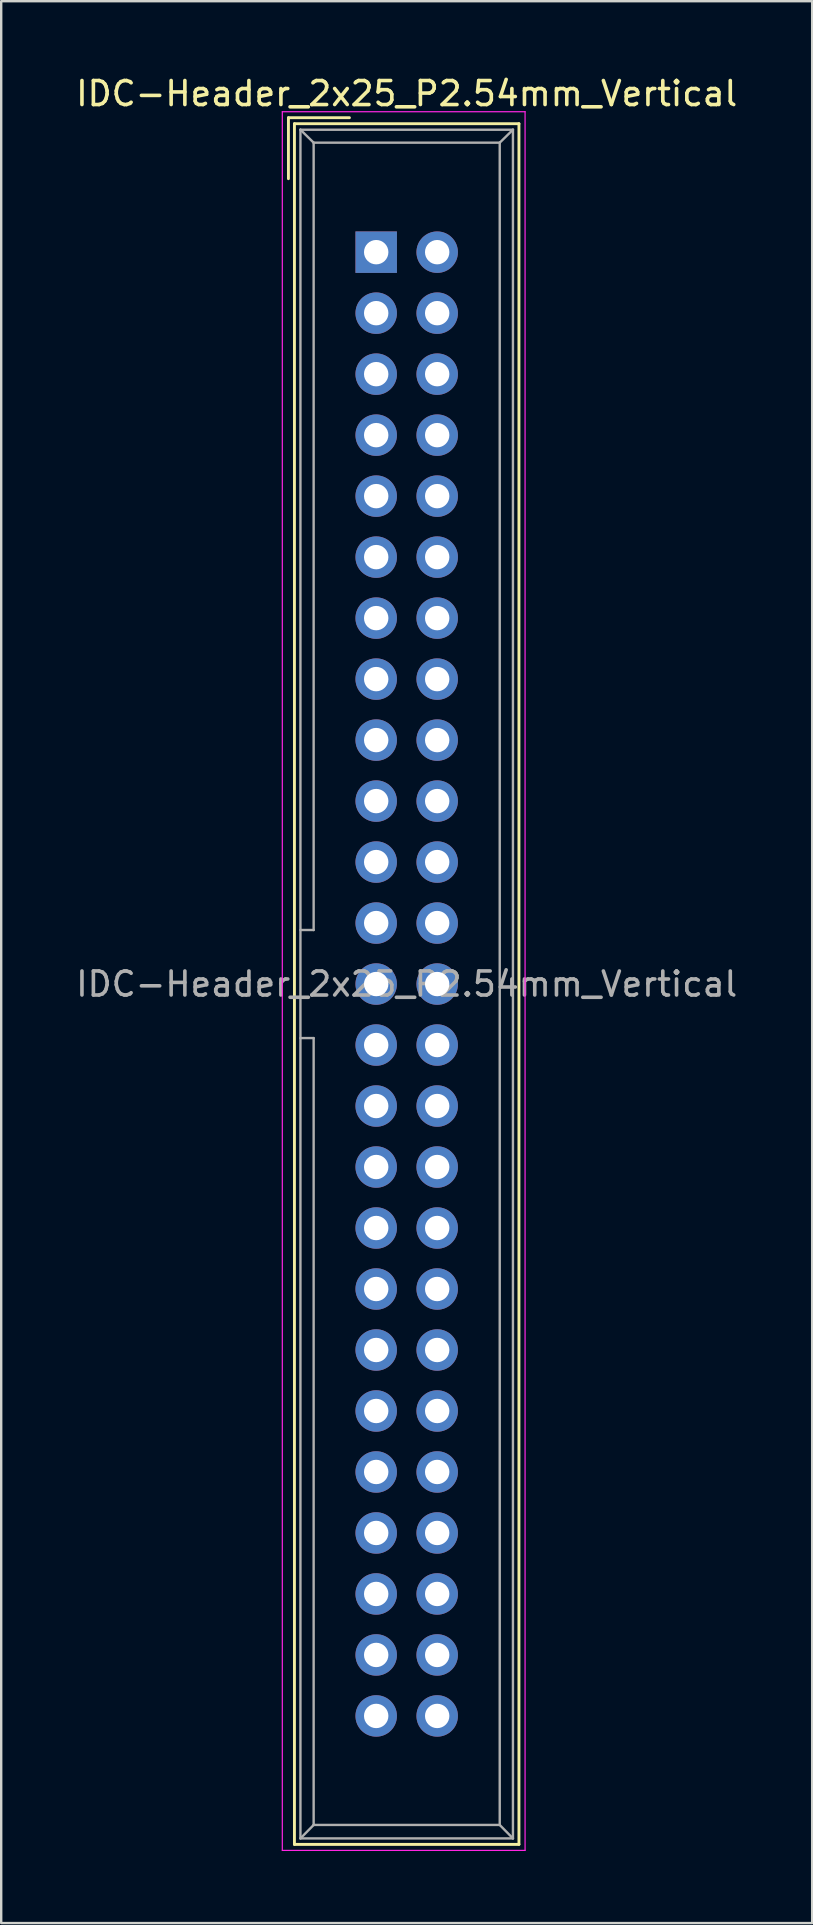
<source format=kicad_pcb>
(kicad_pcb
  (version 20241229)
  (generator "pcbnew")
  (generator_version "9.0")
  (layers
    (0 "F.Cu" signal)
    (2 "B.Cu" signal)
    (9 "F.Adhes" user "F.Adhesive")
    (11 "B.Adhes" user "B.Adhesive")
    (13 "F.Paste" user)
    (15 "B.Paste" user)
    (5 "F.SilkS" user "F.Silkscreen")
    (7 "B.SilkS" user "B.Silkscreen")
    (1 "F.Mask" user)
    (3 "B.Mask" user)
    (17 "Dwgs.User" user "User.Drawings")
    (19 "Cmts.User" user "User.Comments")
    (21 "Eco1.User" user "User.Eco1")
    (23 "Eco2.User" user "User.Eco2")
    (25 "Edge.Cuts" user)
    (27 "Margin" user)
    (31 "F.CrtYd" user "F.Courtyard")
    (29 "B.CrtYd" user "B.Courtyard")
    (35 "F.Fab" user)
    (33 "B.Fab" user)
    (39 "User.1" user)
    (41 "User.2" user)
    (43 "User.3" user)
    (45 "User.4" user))
  (footprint "IDC-Header_2x25_P2.54mm_Vertical"
    (layer "F.Cu")
    (at 12.617 7.452)
    (property "Reference" "IDC-Header_2x25_P2.54mm_Vertical" (at 1.27 -6.604 0) (layer "F.SilkS") (effects (font (size 1 1) (thickness 0.15))))
    (attr through_hole)
    (fp_line (start -3.655 -5.6) (end -3.655 -3.06) (stroke (width 0.12) (type solid)) (layer "F.SilkS"))
    (fp_line (start -3.655 -5.6) (end -1.115 -5.6) (stroke (width 0.12) (type solid)) (layer "F.SilkS"))
    (fp_line (start -3.405 -5.35) (end 5.945 -5.35) (stroke (width 0.12) (type solid)) (layer "F.SilkS"))
    (fp_line (start -3.405 66.31) (end -3.405 -5.35) (stroke (width 0.12) (type solid)) (layer "F.SilkS"))
    (fp_line (start 5.945 -5.35) (end 5.945 66.31) (stroke (width 0.12) (type solid)) (layer "F.SilkS"))
    (fp_line (start 5.945 66.31) (end -3.405 66.31) (stroke (width 0.12) (type solid)) (layer "F.SilkS"))
    (fp_line (start -3.91 -5.85) (end 6.2 -5.85) (stroke (width 0.05) (type solid)) (layer "F.CrtYd"))
    (fp_line (start -3.91 66.56) (end -3.91 -5.85) (stroke (width 0.05) (type solid)) (layer "F.CrtYd"))
    (fp_line (start 6.2 -5.85) (end 6.2 66.56) (stroke (width 0.05) (type solid)) (layer "F.CrtYd"))
    (fp_line (start 6.2 66.56) (end -3.91 66.56) (stroke (width 0.05) (type solid)) (layer "F.CrtYd"))
    (fp_line (start -3.155 -5.1) (end -3.155 66.06) (stroke (width 0.1) (type solid)) (layer "F.Fab"))
    (fp_line (start -3.155 -5.1) (end -2.605 -4.56) (stroke (width 0.1) (type solid)) (layer "F.Fab"))
    (fp_line (start -3.155 66.06) (end -2.605 65.5) (stroke (width 0.1) (type solid)) (layer "F.Fab"))
    (fp_line (start -2.605 -4.56) (end -2.605 28.23) (stroke (width 0.1) (type solid)) (layer "F.Fab"))
    (fp_line (start -2.605 28.23) (end -3.155 28.23) (stroke (width 0.1) (type solid)) (layer "F.Fab"))
    (fp_line (start -2.605 32.73) (end -3.155 32.73) (stroke (width 0.1) (type solid)) (layer "F.Fab"))
    (fp_line (start -2.605 32.73) (end -2.605 65.5) (stroke (width 0.1) (type solid)) (layer "F.Fab"))
    (fp_line (start 5.145 -4.56) (end -2.605 -4.56) (stroke (width 0.1) (type solid)) (layer "F.Fab"))
    (fp_line (start 5.145 -4.56) (end 5.145 65.5) (stroke (width 0.1) (type solid)) (layer "F.Fab"))
    (fp_line (start 5.145 65.5) (end -2.605 65.5) (stroke (width 0.1) (type solid)) (layer "F.Fab"))
    (fp_line (start 5.695 -5.1) (end -3.155 -5.1) (stroke (width 0.1) (type solid)) (layer "F.Fab"))
    (fp_line (start 5.695 -5.1) (end 5.145 -4.56) (stroke (width 0.1) (type solid)) (layer "F.Fab"))
    (fp_line (start 5.695 -5.1) (end 5.695 66.06) (stroke (width 0.1) (type solid)) (layer "F.Fab"))
    (fp_line (start 5.695 66.06) (end -3.155 66.06) (stroke (width 0.1) (type solid)) (layer "F.Fab"))
    (fp_line (start 5.695 66.06) (end 5.145 65.5) (stroke (width 0.1) (type solid)) (layer "F.Fab"))
    (fp_text user "${REFERENCE}" (at 1.27 30.48 0) (layer "F.Fab") (effects (font (size 1 1) (thickness 0.15))))
    (pad "1" thru_hole rect (at 0 0) (size 1.727 1.727) (drill 1.016) (layers "*.Cu" "*.Mask"))
    (pad "2" thru_hole oval (at 2.54 0) (size 1.727 1.727) (drill 1.016) (layers "*.Cu" "*.Mask"))
    (pad "3" thru_hole oval (at 0 2.54) (size 1.727 1.727) (drill 1.016) (layers "*.Cu" "*.Mask"))
    (pad "4" thru_hole oval (at 2.54 2.54) (size 1.727 1.727) (drill 1.016) (layers "*.Cu" "*.Mask"))
    (pad "5" thru_hole oval (at 0 5.08) (size 1.727 1.727) (drill 1.016) (layers "*.Cu" "*.Mask"))
    (pad "6" thru_hole oval (at 2.54 5.08) (size 1.727 1.727) (drill 1.016) (layers "*.Cu" "*.Mask"))
    (pad "7" thru_hole oval (at 0 7.62) (size 1.727 1.727) (drill 1.016) (layers "*.Cu" "*.Mask"))
    (pad "8" thru_hole oval (at 2.54 7.62) (size 1.727 1.727) (drill 1.016) (layers "*.Cu" "*.Mask"))
    (pad "9" thru_hole oval (at 0 10.16) (size 1.727 1.727) (drill 1.016) (layers "*.Cu" "*.Mask"))
    (pad "10" thru_hole oval (at 2.54 10.16) (size 1.727 1.727) (drill 1.016) (layers "*.Cu" "*.Mask"))
    (pad "11" thru_hole oval (at 0 12.7) (size 1.727 1.727) (drill 1.016) (layers "*.Cu" "*.Mask"))
    (pad "12" thru_hole oval (at 2.54 12.7) (size 1.727 1.727) (drill 1.016) (layers "*.Cu" "*.Mask"))
    (pad "13" thru_hole oval (at 0 15.24) (size 1.727 1.727) (drill 1.016) (layers "*.Cu" "*.Mask"))
    (pad "14" thru_hole oval (at 2.54 15.24) (size 1.727 1.727) (drill 1.016) (layers "*.Cu" "*.Mask"))
    (pad "15" thru_hole oval (at 0 17.78) (size 1.727 1.727) (drill 1.016) (layers "*.Cu" "*.Mask"))
    (pad "16" thru_hole oval (at 2.54 17.78) (size 1.727 1.727) (drill 1.016) (layers "*.Cu" "*.Mask"))
    (pad "17" thru_hole oval (at 0 20.32) (size 1.727 1.727) (drill 1.016) (layers "*.Cu" "*.Mask"))
    (pad "18" thru_hole oval (at 2.54 20.32) (size 1.727 1.727) (drill 1.016) (layers "*.Cu" "*.Mask"))
    (pad "19" thru_hole oval (at 0 22.86) (size 1.727 1.727) (drill 1.016) (layers "*.Cu" "*.Mask"))
    (pad "20" thru_hole oval (at 2.54 22.86) (size 1.727 1.727) (drill 1.016) (layers "*.Cu" "*.Mask"))
    (pad "21" thru_hole oval (at 0 25.4) (size 1.727 1.727) (drill 1.016) (layers "*.Cu" "*.Mask"))
    (pad "22" thru_hole oval (at 2.54 25.4) (size 1.727 1.727) (drill 1.016) (layers "*.Cu" "*.Mask"))
    (pad "23" thru_hole oval (at 0 27.94) (size 1.727 1.727) (drill 1.016) (layers "*.Cu" "*.Mask"))
    (pad "24" thru_hole oval (at 2.54 27.94) (size 1.727 1.727) (drill 1.016) (layers "*.Cu" "*.Mask"))
    (pad "25" thru_hole oval (at 0 30.48) (size 1.727 1.727) (drill 1.016) (layers "*.Cu" "*.Mask"))
    (pad "26" thru_hole oval (at 2.54 30.48) (size 1.727 1.727) (drill 1.016) (layers "*.Cu" "*.Mask"))
    (pad "27" thru_hole oval (at 0 33.02) (size 1.727 1.727) (drill 1.016) (layers "*.Cu" "*.Mask"))
    (pad "28" thru_hole oval (at 2.54 33.02) (size 1.727 1.727) (drill 1.016) (layers "*.Cu" "*.Mask"))
    (pad "29" thru_hole oval (at 0 35.56) (size 1.727 1.727) (drill 1.016) (layers "*.Cu" "*.Mask"))
    (pad "30" thru_hole oval (at 2.54 35.56) (size 1.727 1.727) (drill 1.016) (layers "*.Cu" "*.Mask"))
    (pad "31" thru_hole oval (at 0 38.1) (size 1.727 1.727) (drill 1.016) (layers "*.Cu" "*.Mask"))
    (pad "32" thru_hole oval (at 2.54 38.1) (size 1.727 1.727) (drill 1.016) (layers "*.Cu" "*.Mask"))
    (pad "33" thru_hole oval (at 0 40.64) (size 1.727 1.727) (drill 1.016) (layers "*.Cu" "*.Mask"))
    (pad "34" thru_hole oval (at 2.54 40.64) (size 1.727 1.727) (drill 1.016) (layers "*.Cu" "*.Mask"))
    (pad "35" thru_hole oval (at 0 43.18) (size 1.727 1.727) (drill 1.016) (layers "*.Cu" "*.Mask"))
    (pad "36" thru_hole oval (at 2.54 43.18) (size 1.727 1.727) (drill 1.016) (layers "*.Cu" "*.Mask"))
    (pad "37" thru_hole oval (at 0 45.72) (size 1.727 1.727) (drill 1.016) (layers "*.Cu" "*.Mask"))
    (pad "38" thru_hole oval (at 2.54 45.72) (size 1.727 1.727) (drill 1.016) (layers "*.Cu" "*.Mask"))
    (pad "39" thru_hole oval (at 0 48.26) (size 1.727 1.727) (drill 1.016) (layers "*.Cu" "*.Mask"))
    (pad "40" thru_hole oval (at 2.54 48.26) (size 1.727 1.727) (drill 1.016) (layers "*.Cu" "*.Mask"))
    (pad "41" thru_hole oval (at 0 50.8) (size 1.727 1.727) (drill 1.016) (layers "*.Cu" "*.Mask"))
    (pad "42" thru_hole oval (at 2.54 50.8) (size 1.727 1.727) (drill 1.016) (layers "*.Cu" "*.Mask"))
    (pad "43" thru_hole oval (at 0 53.34) (size 1.727 1.727) (drill 1.016) (layers "*.Cu" "*.Mask"))
    (pad "44" thru_hole oval (at 2.54 53.34) (size 1.727 1.727) (drill 1.016) (layers "*.Cu" "*.Mask"))
    (pad "45" thru_hole oval (at 0 55.88) (size 1.727 1.727) (drill 1.016) (layers "*.Cu" "*.Mask"))
    (pad "46" thru_hole oval (at 2.54 55.88) (size 1.727 1.727) (drill 1.016) (layers "*.Cu" "*.Mask"))
    (pad "47" thru_hole oval (at 0 58.42) (size 1.727 1.727) (drill 1.016) (layers "*.Cu" "*.Mask"))
    (pad "48" thru_hole oval (at 2.54 58.42) (size 1.727 1.727) (drill 1.016) (layers "*.Cu" "*.Mask"))
    (pad "49" thru_hole oval (at 0 60.96) (size 1.727 1.727) (drill 1.016) (layers "*.Cu" "*.Mask"))
    (pad "50" thru_hole oval (at 2.54 60.96) (size 1.727 1.727) (drill 1.016) (layers "*.Cu" "*.Mask")))
  (gr_rect
    (start -3 -3)
    (end 30.774 77.037)
    (stroke (width 0.1) (type default))
    (fill no)
    (layer "Edge.Cuts")))
</source>
